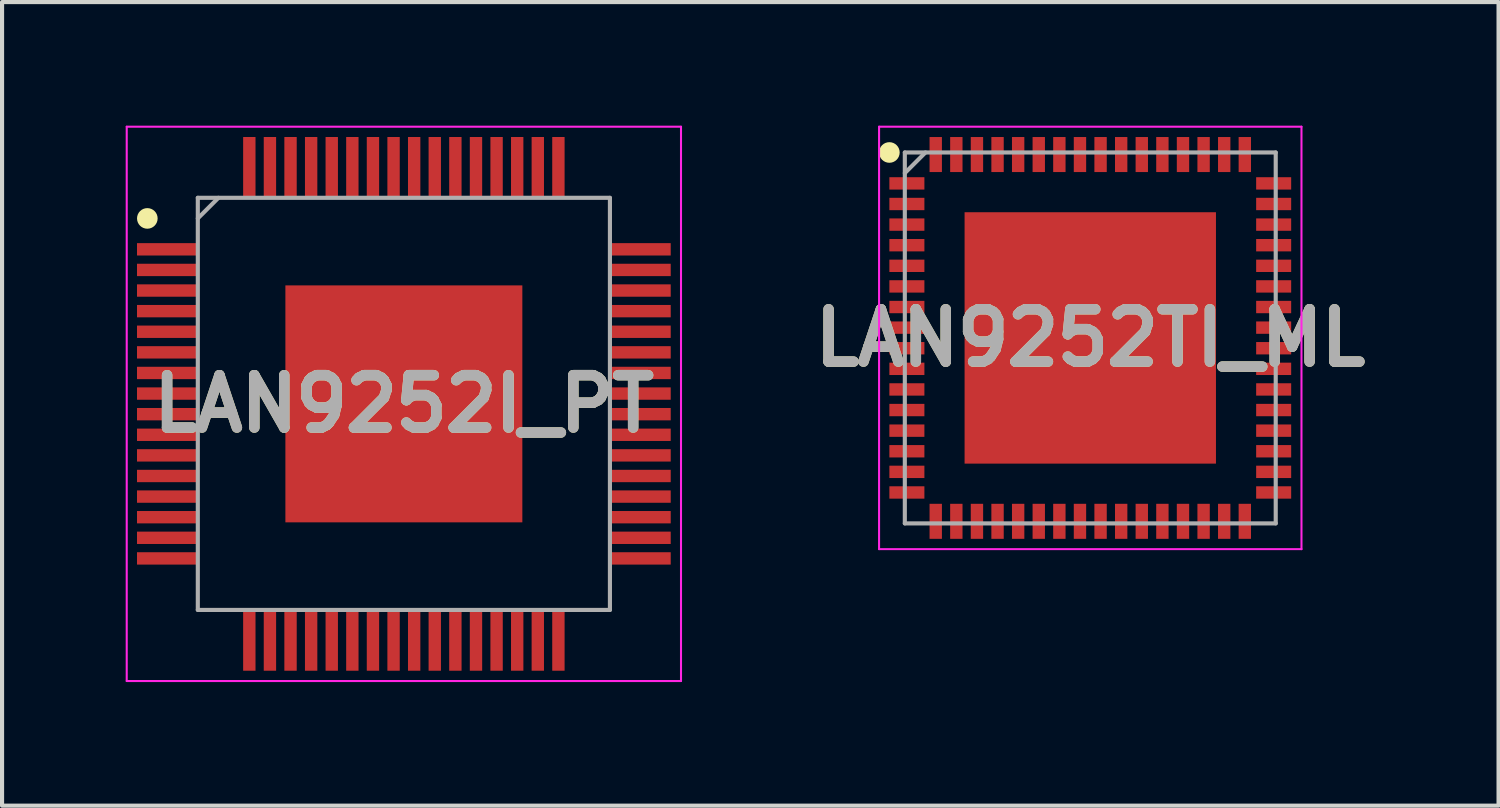
<source format=kicad_pcb>
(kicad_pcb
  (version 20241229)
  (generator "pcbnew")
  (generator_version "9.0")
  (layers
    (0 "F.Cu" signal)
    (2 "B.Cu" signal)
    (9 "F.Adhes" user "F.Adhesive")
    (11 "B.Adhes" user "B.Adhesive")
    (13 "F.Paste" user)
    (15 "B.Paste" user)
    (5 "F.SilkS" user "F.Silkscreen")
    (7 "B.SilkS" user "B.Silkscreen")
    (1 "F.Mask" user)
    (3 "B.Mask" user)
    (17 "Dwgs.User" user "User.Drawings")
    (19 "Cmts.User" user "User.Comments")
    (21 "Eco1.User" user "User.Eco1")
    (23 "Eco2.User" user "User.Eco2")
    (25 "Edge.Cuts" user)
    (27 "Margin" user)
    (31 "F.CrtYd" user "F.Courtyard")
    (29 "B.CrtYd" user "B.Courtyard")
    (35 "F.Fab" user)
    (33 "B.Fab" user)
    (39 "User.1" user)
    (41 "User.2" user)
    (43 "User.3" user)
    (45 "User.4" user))
  (footprint "LAN9252TI_ML"
    (layer "F.Cu")
    (at 23.406 5.15)
    (property "Reference" "LAN9252TI_ML" (at 0 0 0) (layer "F.SilkS") (effects (font (size 1.27 1.27) (thickness 0.254))))
    (attr smd)
    (fp_circle (center -4.875 -4.5) (end -4.875 -4.375) (stroke (width 0.25) (type solid)) (fill no) (layer "F.SilkS"))
    (fp_line (start -5.125 -5.125) (end 5.125 -5.125) (stroke (width 0.05) (type solid)) (layer "F.CrtYd"))
    (fp_line (start -5.125 5.125) (end -5.125 -5.125) (stroke (width 0.05) (type solid)) (layer "F.CrtYd"))
    (fp_line (start 5.125 -5.125) (end 5.125 5.125) (stroke (width 0.05) (type solid)) (layer "F.CrtYd"))
    (fp_line (start 5.125 5.125) (end -5.125 5.125) (stroke (width 0.05) (type solid)) (layer "F.CrtYd"))
    (fp_line (start -4.5 -4.5) (end 4.5 -4.5) (stroke (width 0.1) (type solid)) (layer "F.Fab"))
    (fp_line (start -4.5 -4) (end -4 -4.5) (stroke (width 0.1) (type solid)) (layer "F.Fab"))
    (fp_line (start -4.5 4.5) (end -4.5 -4.5) (stroke (width 0.1) (type solid)) (layer "F.Fab"))
    (fp_line (start 4.5 -4.5) (end 4.5 4.5) (stroke (width 0.1) (type solid)) (layer "F.Fab"))
    (fp_line (start 4.5 4.5) (end -4.5 4.5) (stroke (width 0.1) (type solid)) (layer "F.Fab"))
    (fp_text user "${REFERENCE}" (at 0 0 0) (layer "F.Fab") (effects (font (size 1.27 1.27) (thickness 0.254))))
    (pad "1" smd rect (at -4.45 -3.75 90) (size 0.3 0.85) (layers "F.Cu" "F.Mask" "F.Paste"))
    (pad "2" smd rect (at -4.45 -3.25 90) (size 0.3 0.85) (layers "F.Cu" "F.Mask" "F.Paste"))
    (pad "3" smd rect (at -4.45 -2.75 90) (size 0.3 0.85) (layers "F.Cu" "F.Mask" "F.Paste"))
    (pad "4" smd rect (at -4.45 -2.25 90) (size 0.3 0.85) (layers "F.Cu" "F.Mask" "F.Paste"))
    (pad "5" smd rect (at -4.45 -1.75 90) (size 0.3 0.85) (layers "F.Cu" "F.Mask" "F.Paste"))
    (pad "6" smd rect (at -4.45 -1.25 90) (size 0.3 0.85) (layers "F.Cu" "F.Mask" "F.Paste"))
    (pad "7" smd rect (at -4.45 -0.75 90) (size 0.3 0.85) (layers "F.Cu" "F.Mask" "F.Paste"))
    (pad "8" smd rect (at -4.45 -0.25 90) (size 0.3 0.85) (layers "F.Cu" "F.Mask" "F.Paste"))
    (pad "9" smd rect (at -4.45 0.25 90) (size 0.3 0.85) (layers "F.Cu" "F.Mask" "F.Paste"))
    (pad "10" smd rect (at -4.45 0.75 90) (size 0.3 0.85) (layers "F.Cu" "F.Mask" "F.Paste"))
    (pad "11" smd rect (at -4.45 1.25 90) (size 0.3 0.85) (layers "F.Cu" "F.Mask" "F.Paste"))
    (pad "12" smd rect (at -4.45 1.75 90) (size 0.3 0.85) (layers "F.Cu" "F.Mask" "F.Paste"))
    (pad "13" smd rect (at -4.45 2.25 90) (size 0.3 0.85) (layers "F.Cu" "F.Mask" "F.Paste"))
    (pad "14" smd rect (at -4.45 2.75 90) (size 0.3 0.85) (layers "F.Cu" "F.Mask" "F.Paste"))
    (pad "15" smd rect (at -4.45 3.25 90) (size 0.3 0.85) (layers "F.Cu" "F.Mask" "F.Paste"))
    (pad "16" smd rect (at -4.45 3.75 90) (size 0.3 0.85) (layers "F.Cu" "F.Mask" "F.Paste"))
    (pad "17" smd rect (at -3.75 4.45) (size 0.3 0.85) (layers "F.Cu" "F.Mask" "F.Paste"))
    (pad "18" smd rect (at -3.25 4.45) (size 0.3 0.85) (layers "F.Cu" "F.Mask" "F.Paste"))
    (pad "19" smd rect (at -2.75 4.45) (size 0.3 0.85) (layers "F.Cu" "F.Mask" "F.Paste"))
    (pad "20" smd rect (at -2.25 4.45) (size 0.3 0.85) (layers "F.Cu" "F.Mask" "F.Paste"))
    (pad "21" smd rect (at -1.75 4.45) (size 0.3 0.85) (layers "F.Cu" "F.Mask" "F.Paste"))
    (pad "22" smd rect (at -1.25 4.45) (size 0.3 0.85) (layers "F.Cu" "F.Mask" "F.Paste"))
    (pad "23" smd rect (at -0.75 4.45) (size 0.3 0.85) (layers "F.Cu" "F.Mask" "F.Paste"))
    (pad "24" smd rect (at -0.25 4.45) (size 0.3 0.85) (layers "F.Cu" "F.Mask" "F.Paste"))
    (pad "25" smd rect (at 0.25 4.45) (size 0.3 0.85) (layers "F.Cu" "F.Mask" "F.Paste"))
    (pad "26" smd rect (at 0.75 4.45) (size 0.3 0.85) (layers "F.Cu" "F.Mask" "F.Paste"))
    (pad "27" smd rect (at 1.25 4.45) (size 0.3 0.85) (layers "F.Cu" "F.Mask" "F.Paste"))
    (pad "28" smd rect (at 1.75 4.45) (size 0.3 0.85) (layers "F.Cu" "F.Mask" "F.Paste"))
    (pad "29" smd rect (at 2.25 4.45) (size 0.3 0.85) (layers "F.Cu" "F.Mask" "F.Paste"))
    (pad "30" smd rect (at 2.75 4.45) (size 0.3 0.85) (layers "F.Cu" "F.Mask" "F.Paste"))
    (pad "31" smd rect (at 3.25 4.45) (size 0.3 0.85) (layers "F.Cu" "F.Mask" "F.Paste"))
    (pad "32" smd rect (at 3.75 4.45) (size 0.3 0.85) (layers "F.Cu" "F.Mask" "F.Paste"))
    (pad "33" smd rect (at 4.45 3.75 90) (size 0.3 0.85) (layers "F.Cu" "F.Mask" "F.Paste"))
    (pad "34" smd rect (at 4.45 3.25 90) (size 0.3 0.85) (layers "F.Cu" "F.Mask" "F.Paste"))
    (pad "35" smd rect (at 4.45 2.75 90) (size 0.3 0.85) (layers "F.Cu" "F.Mask" "F.Paste"))
    (pad "36" smd rect (at 4.45 2.25 90) (size 0.3 0.85) (layers "F.Cu" "F.Mask" "F.Paste"))
    (pad "37" smd rect (at 4.45 1.75 90) (size 0.3 0.85) (layers "F.Cu" "F.Mask" "F.Paste"))
    (pad "38" smd rect (at 4.45 1.25 90) (size 0.3 0.85) (layers "F.Cu" "F.Mask" "F.Paste"))
    (pad "39" smd rect (at 4.45 0.75 90) (size 0.3 0.85) (layers "F.Cu" "F.Mask" "F.Paste"))
    (pad "40" smd rect (at 4.45 0.25 90) (size 0.3 0.85) (layers "F.Cu" "F.Mask" "F.Paste"))
    (pad "41" smd rect (at 4.45 -0.25 90) (size 0.3 0.85) (layers "F.Cu" "F.Mask" "F.Paste"))
    (pad "42" smd rect (at 4.45 -0.75 90) (size 0.3 0.85) (layers "F.Cu" "F.Mask" "F.Paste"))
    (pad "43" smd rect (at 4.45 -1.25 90) (size 0.3 0.85) (layers "F.Cu" "F.Mask" "F.Paste"))
    (pad "44" smd rect (at 4.45 -1.75 90) (size 0.3 0.85) (layers "F.Cu" "F.Mask" "F.Paste"))
    (pad "45" smd rect (at 4.45 -2.25 90) (size 0.3 0.85) (layers "F.Cu" "F.Mask" "F.Paste"))
    (pad "46" smd rect (at 4.45 -2.75 90) (size 0.3 0.85) (layers "F.Cu" "F.Mask" "F.Paste"))
    (pad "47" smd rect (at 4.45 -3.25 90) (size 0.3 0.85) (layers "F.Cu" "F.Mask" "F.Paste"))
    (pad "48" smd rect (at 4.45 -3.75 90) (size 0.3 0.85) (layers "F.Cu" "F.Mask" "F.Paste"))
    (pad "49" smd rect (at 3.75 -4.45) (size 0.3 0.85) (layers "F.Cu" "F.Mask" "F.Paste"))
    (pad "50" smd rect (at 3.25 -4.45) (size 0.3 0.85) (layers "F.Cu" "F.Mask" "F.Paste"))
    (pad "51" smd rect (at 2.75 -4.45) (size 0.3 0.85) (layers "F.Cu" "F.Mask" "F.Paste"))
    (pad "52" smd rect (at 2.25 -4.45) (size 0.3 0.85) (layers "F.Cu" "F.Mask" "F.Paste"))
    (pad "53" smd rect (at 1.75 -4.45) (size 0.3 0.85) (layers "F.Cu" "F.Mask" "F.Paste"))
    (pad "54" smd rect (at 1.25 -4.45) (size 0.3 0.85) (layers "F.Cu" "F.Mask" "F.Paste"))
    (pad "55" smd rect (at 0.75 -4.45) (size 0.3 0.85) (layers "F.Cu" "F.Mask" "F.Paste"))
    (pad "56" smd rect (at 0.25 -4.45) (size 0.3 0.85) (layers "F.Cu" "F.Mask" "F.Paste"))
    (pad "57" smd rect (at -0.25 -4.45) (size 0.3 0.85) (layers "F.Cu" "F.Mask" "F.Paste"))
    (pad "58" smd rect (at -0.75 -4.45) (size 0.3 0.85) (layers "F.Cu" "F.Mask" "F.Paste"))
    (pad "59" smd rect (at -1.25 -4.45) (size 0.3 0.85) (layers "F.Cu" "F.Mask" "F.Paste"))
    (pad "60" smd rect (at -1.75 -4.45) (size 0.3 0.85) (layers "F.Cu" "F.Mask" "F.Paste"))
    (pad "61" smd rect (at -2.25 -4.45) (size 0.3 0.85) (layers "F.Cu" "F.Mask" "F.Paste"))
    (pad "62" smd rect (at -2.75 -4.45) (size 0.3 0.85) (layers "F.Cu" "F.Mask" "F.Paste"))
    (pad "63" smd rect (at -3.25 -4.45) (size 0.3 0.85) (layers "F.Cu" "F.Mask" "F.Paste"))
    (pad "64" smd rect (at -3.75 -4.45) (size 0.3 0.85) (layers "F.Cu" "F.Mask" "F.Paste"))
    (pad "65" smd rect (at 0 0) (size 6.1 6.1) (layers "F.Cu" "F.Mask" "F.Paste")))
  (footprint "LAN9252I_PT"
    (layer "F.Cu")
    (at 6.75 6.75)
    (property "Reference" "LAN9252I_PT" (at 0 0 0) (layer "F.SilkS") (effects (font (size 1.27 1.27) (thickness 0.254))))
    (attr smd)
    (fp_circle (center -6.225 -4.5) (end -6.225 -4.375) (stroke (width 0.25) (type solid)) (fill no) (layer "F.SilkS"))
    (fp_line (start -6.725 -6.725) (end 6.725 -6.725) (stroke (width 0.05) (type solid)) (layer "F.CrtYd"))
    (fp_line (start -6.725 6.725) (end -6.725 -6.725) (stroke (width 0.05) (type solid)) (layer "F.CrtYd"))
    (fp_line (start 6.725 -6.725) (end 6.725 6.725) (stroke (width 0.05) (type solid)) (layer "F.CrtYd"))
    (fp_line (start 6.725 6.725) (end -6.725 6.725) (stroke (width 0.05) (type solid)) (layer "F.CrtYd"))
    (fp_line (start -5 -5) (end 5 -5) (stroke (width 0.1) (type solid)) (layer "F.Fab"))
    (fp_line (start -5 -4.5) (end -4.5 -5) (stroke (width 0.1) (type solid)) (layer "F.Fab"))
    (fp_line (start -5 5) (end -5 -5) (stroke (width 0.1) (type solid)) (layer "F.Fab"))
    (fp_line (start 5 -5) (end 5 5) (stroke (width 0.1) (type solid)) (layer "F.Fab"))
    (fp_line (start 5 5) (end -5 5) (stroke (width 0.1) (type solid)) (layer "F.Fab"))
    (fp_text user "${REFERENCE}" (at 0 0 0) (layer "F.Fab") (effects (font (size 1.27 1.27) (thickness 0.254))))
    (pad "1" smd rect (at -5.738 -3.75 90) (size 0.3 1.475) (layers "F.Cu" "F.Mask" "F.Paste"))
    (pad "2" smd rect (at -5.738 -3.25 90) (size 0.3 1.475) (layers "F.Cu" "F.Mask" "F.Paste"))
    (pad "3" smd rect (at -5.738 -2.75 90) (size 0.3 1.475) (layers "F.Cu" "F.Mask" "F.Paste"))
    (pad "4" smd rect (at -5.738 -2.25 90) (size 0.3 1.475) (layers "F.Cu" "F.Mask" "F.Paste"))
    (pad "5" smd rect (at -5.738 -1.75 90) (size 0.3 1.475) (layers "F.Cu" "F.Mask" "F.Paste"))
    (pad "6" smd rect (at -5.738 -1.25 90) (size 0.3 1.475) (layers "F.Cu" "F.Mask" "F.Paste"))
    (pad "7" smd rect (at -5.738 -0.75 90) (size 0.3 1.475) (layers "F.Cu" "F.Mask" "F.Paste"))
    (pad "8" smd rect (at -5.738 -0.25 90) (size 0.3 1.475) (layers "F.Cu" "F.Mask" "F.Paste"))
    (pad "9" smd rect (at -5.738 0.25 90) (size 0.3 1.475) (layers "F.Cu" "F.Mask" "F.Paste"))
    (pad "10" smd rect (at -5.738 0.75 90) (size 0.3 1.475) (layers "F.Cu" "F.Mask" "F.Paste"))
    (pad "11" smd rect (at -5.738 1.25 90) (size 0.3 1.475) (layers "F.Cu" "F.Mask" "F.Paste"))
    (pad "12" smd rect (at -5.738 1.75 90) (size 0.3 1.475) (layers "F.Cu" "F.Mask" "F.Paste"))
    (pad "13" smd rect (at -5.738 2.25 90) (size 0.3 1.475) (layers "F.Cu" "F.Mask" "F.Paste"))
    (pad "14" smd rect (at -5.738 2.75 90) (size 0.3 1.475) (layers "F.Cu" "F.Mask" "F.Paste"))
    (pad "15" smd rect (at -5.738 3.25 90) (size 0.3 1.475) (layers "F.Cu" "F.Mask" "F.Paste"))
    (pad "16" smd rect (at -5.738 3.75 90) (size 0.3 1.475) (layers "F.Cu" "F.Mask" "F.Paste"))
    (pad "17" smd rect (at -3.75 5.738) (size 0.3 1.475) (layers "F.Cu" "F.Mask" "F.Paste"))
    (pad "18" smd rect (at -3.25 5.738) (size 0.3 1.475) (layers "F.Cu" "F.Mask" "F.Paste"))
    (pad "19" smd rect (at -2.75 5.738) (size 0.3 1.475) (layers "F.Cu" "F.Mask" "F.Paste"))
    (pad "20" smd rect (at -2.25 5.738) (size 0.3 1.475) (layers "F.Cu" "F.Mask" "F.Paste"))
    (pad "21" smd rect (at -1.75 5.738) (size 0.3 1.475) (layers "F.Cu" "F.Mask" "F.Paste"))
    (pad "22" smd rect (at -1.25 5.738) (size 0.3 1.475) (layers "F.Cu" "F.Mask" "F.Paste"))
    (pad "23" smd rect (at -0.75 5.738) (size 0.3 1.475) (layers "F.Cu" "F.Mask" "F.Paste"))
    (pad "24" smd rect (at -0.25 5.738) (size 0.3 1.475) (layers "F.Cu" "F.Mask" "F.Paste"))
    (pad "25" smd rect (at 0.25 5.738) (size 0.3 1.475) (layers "F.Cu" "F.Mask" "F.Paste"))
    (pad "26" smd rect (at 0.75 5.738) (size 0.3 1.475) (layers "F.Cu" "F.Mask" "F.Paste"))
    (pad "27" smd rect (at 1.25 5.738) (size 0.3 1.475) (layers "F.Cu" "F.Mask" "F.Paste"))
    (pad "28" smd rect (at 1.75 5.738) (size 0.3 1.475) (layers "F.Cu" "F.Mask" "F.Paste"))
    (pad "29" smd rect (at 2.25 5.738) (size 0.3 1.475) (layers "F.Cu" "F.Mask" "F.Paste"))
    (pad "30" smd rect (at 2.75 5.738) (size 0.3 1.475) (layers "F.Cu" "F.Mask" "F.Paste"))
    (pad "31" smd rect (at 3.25 5.738) (size 0.3 1.475) (layers "F.Cu" "F.Mask" "F.Paste"))
    (pad "32" smd rect (at 3.75 5.738) (size 0.3 1.475) (layers "F.Cu" "F.Mask" "F.Paste"))
    (pad "33" smd rect (at 5.738 3.75 90) (size 0.3 1.475) (layers "F.Cu" "F.Mask" "F.Paste"))
    (pad "34" smd rect (at 5.738 3.25 90) (size 0.3 1.475) (layers "F.Cu" "F.Mask" "F.Paste"))
    (pad "35" smd rect (at 5.738 2.75 90) (size 0.3 1.475) (layers "F.Cu" "F.Mask" "F.Paste"))
    (pad "36" smd rect (at 5.738 2.25 90) (size 0.3 1.475) (layers "F.Cu" "F.Mask" "F.Paste"))
    (pad "37" smd rect (at 5.738 1.75 90) (size 0.3 1.475) (layers "F.Cu" "F.Mask" "F.Paste"))
    (pad "38" smd rect (at 5.738 1.25 90) (size 0.3 1.475) (layers "F.Cu" "F.Mask" "F.Paste"))
    (pad "39" smd rect (at 5.738 0.75 90) (size 0.3 1.475) (layers "F.Cu" "F.Mask" "F.Paste"))
    (pad "40" smd rect (at 5.738 0.25 90) (size 0.3 1.475) (layers "F.Cu" "F.Mask" "F.Paste"))
    (pad "41" smd rect (at 5.738 -0.25 90) (size 0.3 1.475) (layers "F.Cu" "F.Mask" "F.Paste"))
    (pad "42" smd rect (at 5.738 -0.75 90) (size 0.3 1.475) (layers "F.Cu" "F.Mask" "F.Paste"))
    (pad "43" smd rect (at 5.738 -1.25 90) (size 0.3 1.475) (layers "F.Cu" "F.Mask" "F.Paste"))
    (pad "44" smd rect (at 5.738 -1.75 90) (size 0.3 1.475) (layers "F.Cu" "F.Mask" "F.Paste"))
    (pad "45" smd rect (at 5.738 -2.25 90) (size 0.3 1.475) (layers "F.Cu" "F.Mask" "F.Paste"))
    (pad "46" smd rect (at 5.738 -2.75 90) (size 0.3 1.475) (layers "F.Cu" "F.Mask" "F.Paste"))
    (pad "47" smd rect (at 5.738 -3.25 90) (size 0.3 1.475) (layers "F.Cu" "F.Mask" "F.Paste"))
    (pad "48" smd rect (at 5.738 -3.75 90) (size 0.3 1.475) (layers "F.Cu" "F.Mask" "F.Paste"))
    (pad "49" smd rect (at 3.75 -5.738) (size 0.3 1.475) (layers "F.Cu" "F.Mask" "F.Paste"))
    (pad "50" smd rect (at 3.25 -5.738) (size 0.3 1.475) (layers "F.Cu" "F.Mask" "F.Paste"))
    (pad "51" smd rect (at 2.75 -5.738) (size 0.3 1.475) (layers "F.Cu" "F.Mask" "F.Paste"))
    (pad "52" smd rect (at 2.25 -5.738) (size 0.3 1.475) (layers "F.Cu" "F.Mask" "F.Paste"))
    (pad "53" smd rect (at 1.75 -5.738) (size 0.3 1.475) (layers "F.Cu" "F.Mask" "F.Paste"))
    (pad "54" smd rect (at 1.25 -5.738) (size 0.3 1.475) (layers "F.Cu" "F.Mask" "F.Paste"))
    (pad "55" smd rect (at 0.75 -5.738) (size 0.3 1.475) (layers "F.Cu" "F.Mask" "F.Paste"))
    (pad "56" smd rect (at 0.25 -5.738) (size 0.3 1.475) (layers "F.Cu" "F.Mask" "F.Paste"))
    (pad "57" smd rect (at -0.25 -5.738) (size 0.3 1.475) (layers "F.Cu" "F.Mask" "F.Paste"))
    (pad "58" smd rect (at -0.75 -5.738) (size 0.3 1.475) (layers "F.Cu" "F.Mask" "F.Paste"))
    (pad "59" smd rect (at -1.25 -5.738) (size 0.3 1.475) (layers "F.Cu" "F.Mask" "F.Paste"))
    (pad "60" smd rect (at -1.75 -5.738) (size 0.3 1.475) (layers "F.Cu" "F.Mask" "F.Paste"))
    (pad "61" smd rect (at -2.25 -5.738) (size 0.3 1.475) (layers "F.Cu" "F.Mask" "F.Paste"))
    (pad "62" smd rect (at -2.75 -5.738) (size 0.3 1.475) (layers "F.Cu" "F.Mask" "F.Paste"))
    (pad "63" smd rect (at -3.25 -5.738) (size 0.3 1.475) (layers "F.Cu" "F.Mask" "F.Paste"))
    (pad "64" smd rect (at -3.75 -5.738) (size 0.3 1.475) (layers "F.Cu" "F.Mask" "F.Paste"))
    (pad "65" smd rect (at 0 0) (size 5.75 5.75) (layers "F.Cu" "F.Mask" "F.Paste")))
  (gr_rect
    (start -3 -3)
    (end 33.313 16.5)
    (stroke (width 0.1) (type default))
    (fill no)
    (layer "Edge.Cuts")))
</source>
